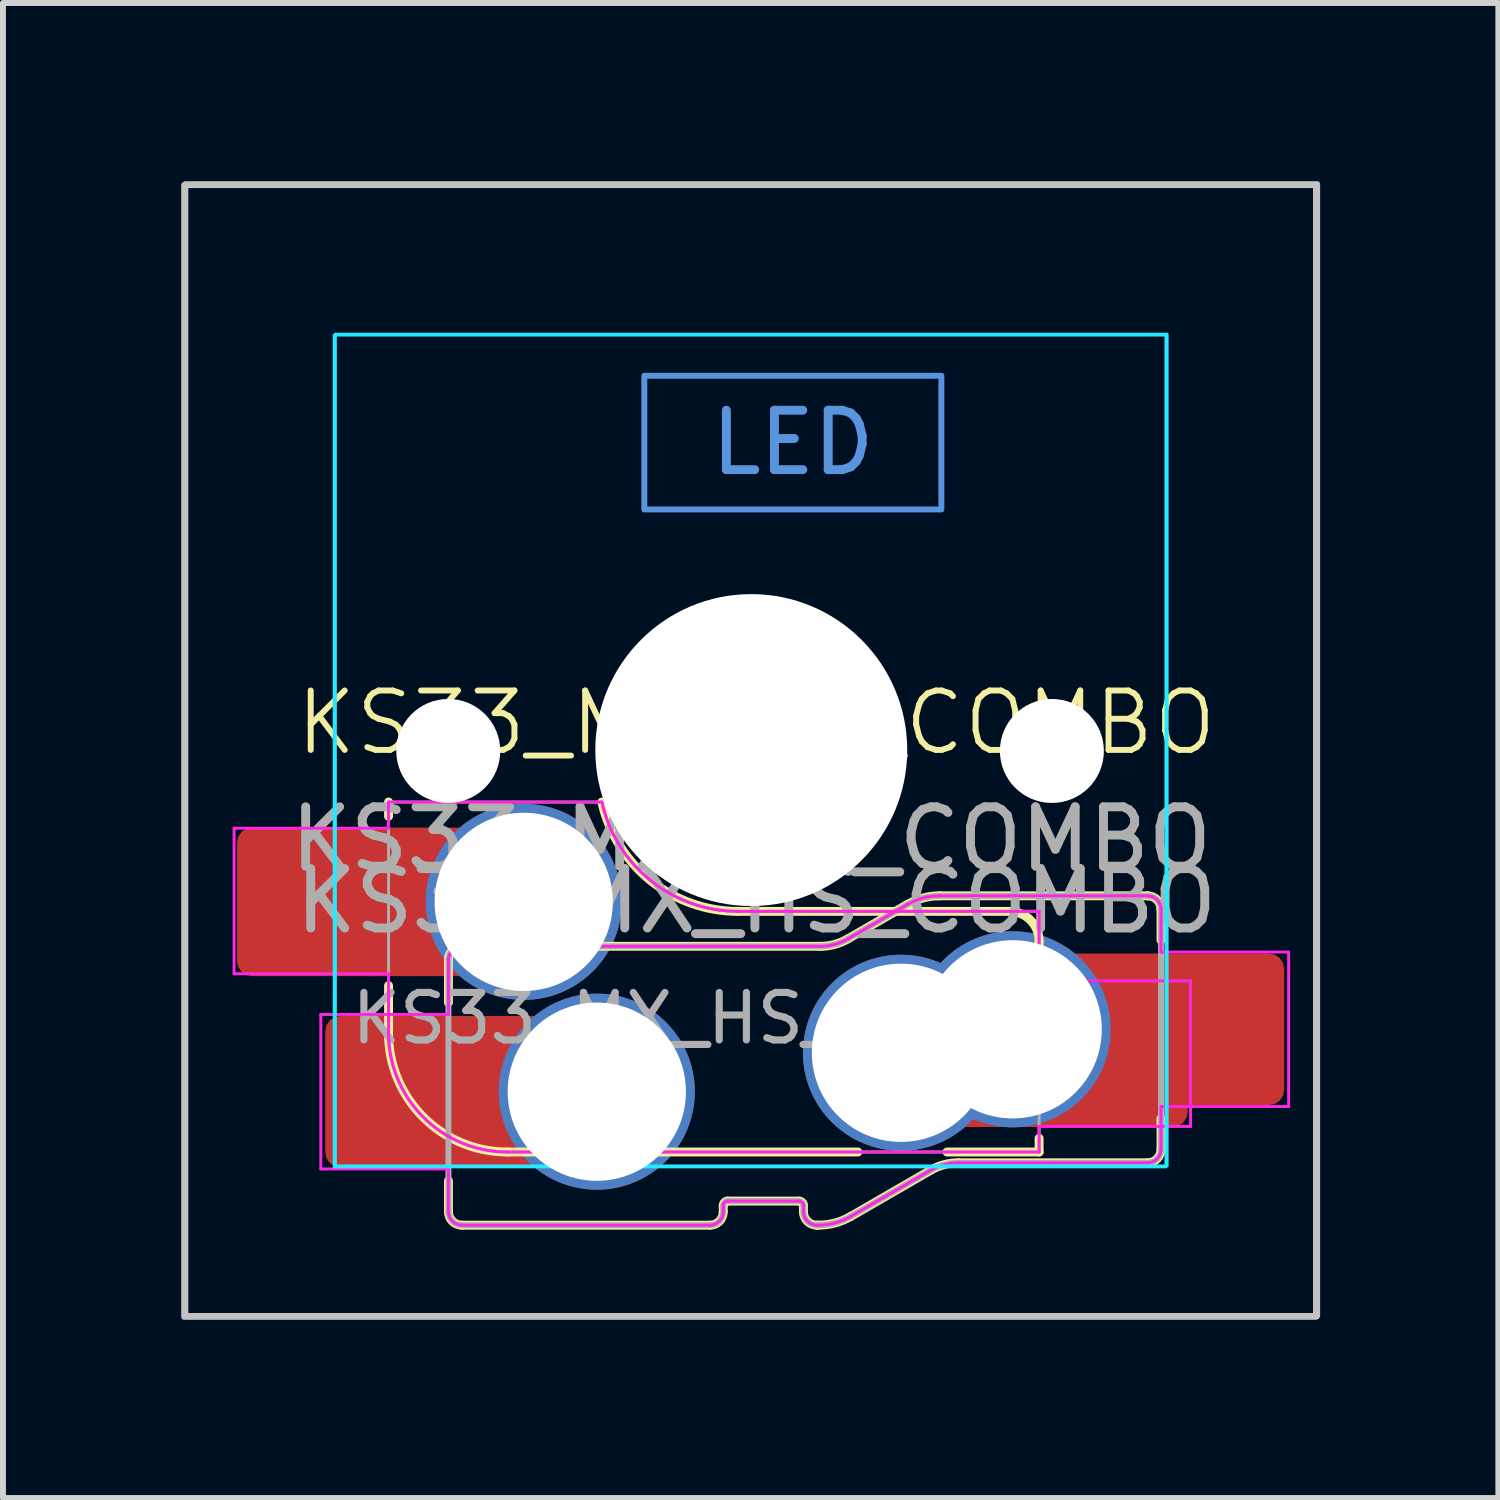
<source format=kicad_pcb>
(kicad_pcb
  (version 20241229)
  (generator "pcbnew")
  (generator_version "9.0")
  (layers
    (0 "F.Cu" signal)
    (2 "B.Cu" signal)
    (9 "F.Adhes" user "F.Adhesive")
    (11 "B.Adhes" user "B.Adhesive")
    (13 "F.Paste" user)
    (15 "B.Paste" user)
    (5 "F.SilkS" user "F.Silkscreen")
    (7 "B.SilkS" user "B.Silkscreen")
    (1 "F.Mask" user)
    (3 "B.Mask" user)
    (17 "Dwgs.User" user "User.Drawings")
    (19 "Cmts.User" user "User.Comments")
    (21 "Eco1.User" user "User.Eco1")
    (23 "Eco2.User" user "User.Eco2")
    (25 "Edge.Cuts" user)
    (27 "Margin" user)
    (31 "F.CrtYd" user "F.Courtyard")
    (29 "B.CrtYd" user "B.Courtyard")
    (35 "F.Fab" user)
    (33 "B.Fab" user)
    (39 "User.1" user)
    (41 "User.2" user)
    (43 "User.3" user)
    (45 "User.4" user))
  (footprint "KS33_MX_HS_COMBO"
    (layer "F.Cu")
    (at 9.68 9.615)
    (property "Reference" "KS33_MX_HS_COMBO" (at 0 -0.5 0) (unlocked yes) (layer "F.SilkS") (effects (font (size 1 1) (thickness 0.1))))
    (attr smd)
    (fp_line (start -6.19 1.075) (end -6.19 0.835) (stroke (width 0.15) (type solid)) (layer "F.SilkS"))
    (fp_line (start -6.19 3.925) (end -6.19 4.725) (stroke (width 0.15) (type solid)) (layer "F.SilkS"))
    (fp_line (start -5.182 3.488) (end -5.182 4.21) (stroke (width 0.15) (type solid)) (layer "F.SilkS"))
    (fp_line (start -5.182 7.732) (end -5.182 7.21) (stroke (width 0.15) (type solid)) (layer "F.SilkS"))
    (fp_line (start -4.957 3.263) (end 1.076 3.263) (stroke (width 0.15) (type solid)) (layer "F.SilkS"))
    (fp_line (start -4.19 6.725) (end 1.71 6.725) (stroke (width 0.15) (type solid)) (layer "F.SilkS"))
    (fp_line (start -0.782 7.957) (end -4.957 7.957) (stroke (width 0.15) (type solid)) (layer "F.SilkS"))
    (fp_line (start -0.557 7.626) (end -0.557 7.732) (stroke (width 0.15) (type solid)) (layer "F.SilkS"))
    (fp_line (start 0.718 7.551) (end -0.482 7.551) (stroke (width 0.15) (type solid)) (layer "F.SilkS"))
    (fp_line (start 0.793 7.732) (end 0.793 7.626) (stroke (width 0.15) (type solid)) (layer "F.SilkS"))
    (fp_line (start 1.046 7.957) (end 1.018 7.957) (stroke (width 0.15) (type solid)) (layer "F.SilkS"))
    (fp_line (start 1.538 3.14) (end 2.546 2.557) (stroke (width 0.15) (type solid)) (layer "F.SilkS"))
    (fp_line (start 2.938 7.03) (end 1.584 7.813) (stroke (width 0.15) (type solid)) (layer "F.SilkS"))
    (fp_line (start 3.084 2.413) (end 6.587 2.413) (stroke (width 0.15) (type solid)) (layer "F.SilkS"))
    (fp_line (start 3.21 6.725) (end 4.76 6.725) (stroke (width 0.15) (type solid)) (layer "F.SilkS"))
    (fp_line (start 4.26 2.675) (end -0.305 2.675) (stroke (width 0.15) (type solid)) (layer "F.SilkS"))
    (fp_line (start 4.76 3.645) (end 4.76 3.175) (stroke (width 0.15) (type solid)) (layer "F.SilkS"))
    (fp_line (start 4.76 6.725) (end 4.76 6.495) (stroke (width 0.15) (type solid)) (layer "F.SilkS"))
    (fp_line (start 6.587 6.907) (end 3.401 6.907) (stroke (width 0.15) (type solid)) (layer "F.SilkS"))
    (fp_line (start 6.812 2.638) (end 6.812 3.16) (stroke (width 0.15) (type solid)) (layer "F.SilkS"))
    (fp_line (start 6.812 6.682) (end 6.812 6.16) (stroke (width 0.15) (type solid)) (layer "F.SilkS"))
    (fp_arc (start -5.181509 3.488462) (mid -5.115605 3.329395) (end -4.956538 3.263491) (stroke (width 0.15) (type solid)) (layer "F.SilkS"))
    (fp_arc (start -4.956547 7.956509) (mid -5.115609 7.890602) (end -5.181509 7.731538) (stroke (width 0.15) (type solid)) (layer "F.SilkS"))
    (fp_arc (start -4.190176 6.72522) (mid -5.604412 6.139443) (end -6.190176 4.72522) (stroke (width 0.15) (type solid)) (layer "F.SilkS"))
    (fp_arc (start -0.556517 7.626366) (mid -0.534539 7.573349) (end -0.481517 7.551366) (stroke (width 0.15) (type solid)) (layer "F.SilkS"))
    (fp_arc (start -0.556517 7.732359) (mid -0.622407 7.891481) (end -0.781525 7.957359) (stroke (width 0.15) (type solid)) (layer "F.SilkS"))
    (fp_arc (start -0.305 2.67522) (mid -1.775695 2.158638) (end -2.599322 0.83522) (stroke (width 0.15) (type solid)) (layer "F.SilkS"))
    (fp_arc (start 0.718483 7.551366) (mid 0.771504 7.573331) (end 0.793483 7.626366) (stroke (width 0.15) (type solid)) (layer "F.SilkS"))
    (fp_arc (start 1.018483 7.956509) (mid 0.859392 7.890603) (end 0.793483 7.731509) (stroke (width 0.15) (type solid)) (layer "F.SilkS"))
    (fp_arc (start 1.538227 3.139574) (mid 1.315153 3.231984) (end 1.075763 3.263491) (stroke (width 0.15) (type solid)) (layer "F.SilkS"))
    (fp_arc (start 1.58358 7.812507) (mid 1.324349 7.919892) (end 1.046159 7.956509) (stroke (width 0.15) (type solid)) (layer "F.SilkS"))
    (fp_arc (start 2.54642 2.557493) (mid 2.805649 2.450103) (end 3.083841 2.413491) (stroke (width 0.15) (type solid)) (layer "F.SilkS"))
    (fp_arc (start 2.938183 7.030426) (mid 3.161259 6.938033) (end 3.400647 6.906509) (stroke (width 0.15) (type solid)) (layer "F.SilkS"))
    (fp_arc (start 4.259824 2.67522) (mid 4.613355 2.821676) (end 4.759824 3.17522) (stroke (width 0.15) (type solid)) (layer "F.SilkS"))
    (fp_arc (start 6.586525 2.413491) (mid 6.745601 2.47939) (end 6.811509 2.638462) (stroke (width 0.15) (type solid)) (layer "F.SilkS"))
    (fp_arc (start 6.811509 6.681538) (mid 6.745605 6.840605) (end 6.586538 6.906509) (stroke (width 0.15) (type solid)) (layer "F.SilkS"))
    (fp_rect (start -9.63 -9.55) (end 9.42 9.5) (stroke (width 0.1) (type default)) (fill no) (layer "Dwgs.User"))
    (fp_rect (start -9.61 -9.565) (end 9.44 9.485) (stroke (width 0.1) (type default)) (fill no) (layer "Dwgs.User"))
    (fp_rect (start 3.115 -6.34) (end -1.885 -4.09) (stroke (width 0.1) (type default)) (fill no) (layer "Cmts.User"))
    (fp_line (start -7.105 -6.525) (end -7.105 6.475) (stroke (width 0.05) (type solid)) (layer "Eco2.User"))
    (fp_line (start -7.085 6.46) (end -7.085 -6.54) (stroke (width 0.1) (type default)) (layer "Eco2.User"))
    (fp_line (start -6.605 6.975) (end 6.395 6.975) (stroke (width 0.05) (type solid)) (layer "Eco2.User"))
    (fp_line (start -6.585 -7.04) (end 6.415 -7.04) (stroke (width 0.1) (type default)) (layer "Eco2.User"))
    (fp_line (start 6.395 -7.025) (end -6.605 -7.025) (stroke (width 0.05) (type solid)) (layer "Eco2.User"))
    (fp_line (start 6.415 6.96) (end -6.585 6.96) (stroke (width 0.1) (type default)) (layer "Eco2.User"))
    (fp_line (start 6.895 6.475) (end 6.895 -6.525) (stroke (width 0.05) (type solid)) (layer "Eco2.User"))
    (fp_line (start 6.915 -6.54) (end 6.915 6.46) (stroke (width 0.1) (type default)) (layer "Eco2.User"))
    (fp_arc (start -7.105 -6.525) (mid -6.958553 -6.878553) (end -6.605 -7.025) (stroke (width 0.05) (type solid)) (layer "Eco2.User"))
    (fp_arc (start -7.085 -6.54) (mid -6.938553 -6.893553) (end -6.585 -7.04) (stroke (width 0.1) (type default)) (layer "Eco2.User"))
    (fp_arc (start -6.605 6.975) (mid -6.958553 6.828553) (end -7.105 6.475) (stroke (width 0.05) (type solid)) (layer "Eco2.User"))
    (fp_arc (start -6.585 6.96) (mid -6.938553 6.813553) (end -7.085 6.46) (stroke (width 0.1) (type default)) (layer "Eco2.User"))
    (fp_arc (start 6.392236 -7.023884) (mid 6.745787 -6.877436) (end 6.892236 -6.523884) (stroke (width 0.05) (type solid)) (layer "Eco2.User"))
    (fp_arc (start 6.415 -7.04) (mid 6.768553 -6.893553) (end 6.915 -6.54) (stroke (width 0.1) (type default)) (layer "Eco2.User"))
    (fp_arc (start 6.895 6.475) (mid 6.748553 6.828553) (end 6.395 6.975) (stroke (width 0.05) (type solid)) (layer "Eco2.User"))
    (fp_arc (start 6.915 6.46) (mid 6.768553 6.813553) (end 6.415 6.96) (stroke (width 0.1) (type default)) (layer "Eco2.User"))
    (fp_rect (start -7.105 -7.025) (end 6.895 6.975) (stroke (width 0.05) (type default)) (fill no) (layer "B.CrtYd"))
    (fp_rect (start -7.085 -7.04) (end 6.915 6.96) (stroke (width 0.05) (type default)) (fill no) (layer "B.CrtYd"))
    (fp_line (start -8.79 1.275) (end -6.19 1.275) (stroke (width 0.05) (type solid)) (layer "F.CrtYd"))
    (fp_line (start -8.79 3.725) (end -8.79 1.275) (stroke (width 0.05) (type solid)) (layer "F.CrtYd"))
    (fp_line (start -7.33 4.41) (end -5.182 4.41) (stroke (width 0.05) (type solid)) (layer "F.CrtYd"))
    (fp_line (start -7.33 7.01) (end -7.33 4.41) (stroke (width 0.05) (type solid)) (layer "F.CrtYd"))
    (fp_line (start -6.19 0.835) (end -2.599 0.835) (stroke (width 0.05) (type solid)) (layer "F.CrtYd"))
    (fp_line (start -6.19 1.275) (end -6.19 0.835) (stroke (width 0.05) (type solid)) (layer "F.CrtYd"))
    (fp_line (start -6.19 3.725) (end -8.79 3.725) (stroke (width 0.05) (type solid)) (layer "F.CrtYd"))
    (fp_line (start -6.19 3.725) (end -6.19 4.725) (stroke (width 0.05) (type solid)) (layer "F.CrtYd"))
    (fp_line (start -5.182 4.41) (end -5.182 3.488) (stroke (width 0.05) (type default)) (layer "F.CrtYd"))
    (fp_line (start -5.182 7.01) (end -7.33 7.01) (stroke (width 0.05) (type solid)) (layer "F.CrtYd"))
    (fp_line (start -5.182 7.732) (end -5.182 7.01) (stroke (width 0.05) (type solid)) (layer "F.CrtYd"))
    (fp_line (start -4.957 3.263) (end 1.076 3.263) (stroke (width 0.05) (type solid)) (layer "F.CrtYd"))
    (fp_line (start -4.19 6.725) (end 4.76 6.725) (stroke (width 0.05) (type solid)) (layer "F.CrtYd"))
    (fp_line (start -0.782 7.957) (end -4.957 7.957) (stroke (width 0.05) (type solid)) (layer "F.CrtYd"))
    (fp_line (start -0.557 7.626) (end -0.557 7.732) (stroke (width 0.05) (type solid)) (layer "F.CrtYd"))
    (fp_line (start 0.718 7.551) (end -0.482 7.551) (stroke (width 0.05) (type solid)) (layer "F.CrtYd"))
    (fp_line (start 0.793 7.732) (end 0.793 7.626) (stroke (width 0.05) (type solid)) (layer "F.CrtYd"))
    (fp_line (start 1.046 7.957) (end 1.018 7.957) (stroke (width 0.05) (type solid)) (layer "F.CrtYd"))
    (fp_line (start 1.538 3.14) (end 2.546 2.557) (stroke (width 0.05) (type solid)) (layer "F.CrtYd"))
    (fp_line (start 2.938 7.03) (end 1.584 7.813) (stroke (width 0.05) (type solid)) (layer "F.CrtYd"))
    (fp_line (start 3.084 2.413) (end 6.587 2.413) (stroke (width 0.05) (type solid)) (layer "F.CrtYd"))
    (fp_line (start 4.76 2.675) (end -0.305 2.675) (stroke (width 0.05) (type solid)) (layer "F.CrtYd"))
    (fp_line (start 4.76 3.845) (end 4.76 2.675) (stroke (width 0.05) (type solid)) (layer "F.CrtYd"))
    (fp_line (start 4.76 3.845) (end 7.31 3.845) (stroke (width 0.05) (type solid)) (layer "F.CrtYd"))
    (fp_line (start 4.76 6.725) (end 4.76 6.295) (stroke (width 0.05) (type solid)) (layer "F.CrtYd"))
    (fp_line (start 6.587 6.907) (end 3.401 6.907) (stroke (width 0.05) (type solid)) (layer "F.CrtYd"))
    (fp_line (start 6.812 2.638) (end 6.812 3.36) (stroke (width 0.05) (type default)) (layer "F.CrtYd"))
    (fp_line (start 6.812 3.36) (end 8.96 3.36) (stroke (width 0.05) (type solid)) (layer "F.CrtYd"))
    (fp_line (start 6.812 6.682) (end 6.812 5.96) (stroke (width 0.05) (type default)) (layer "F.CrtYd"))
    (fp_line (start 7.31 3.845) (end 7.31 6.295) (stroke (width 0.05) (type solid)) (layer "F.CrtYd"))
    (fp_line (start 7.31 6.295) (end 4.76 6.295) (stroke (width 0.05) (type solid)) (layer "F.CrtYd"))
    (fp_line (start 8.96 3.36) (end 8.96 5.96) (stroke (width 0.05) (type solid)) (layer "F.CrtYd"))
    (fp_line (start 8.96 5.96) (end 6.812 5.96) (stroke (width 0.05) (type solid)) (layer "F.CrtYd"))
    (fp_arc (start -5.181509 3.488462) (mid -5.115605 3.329395) (end -4.956538 3.263491) (stroke (width 0.05) (type solid)) (layer "F.CrtYd"))
    (fp_arc (start -4.956547 7.956509) (mid -5.115609 7.890602) (end -5.181509 7.731538) (stroke (width 0.05) (type solid)) (layer "F.CrtYd"))
    (fp_arc (start -4.190176 6.72522) (mid -5.604412 6.139443) (end -6.190176 4.72522) (stroke (width 0.05) (type solid)) (layer "F.CrtYd"))
    (fp_arc (start -0.556517 7.626366) (mid -0.534539 7.573349) (end -0.481517 7.551366) (stroke (width 0.05) (type solid)) (layer "F.CrtYd"))
    (fp_arc (start -0.556517 7.732359) (mid -0.622407 7.891481) (end -0.781525 7.957359) (stroke (width 0.05) (type solid)) (layer "F.CrtYd"))
    (fp_arc (start -0.305 2.67522) (mid -1.775505 2.1584) (end -2.599322 0.83522) (stroke (width 0.05) (type solid)) (layer "F.CrtYd"))
    (fp_arc (start 0.718483 7.551366) (mid 0.771504 7.573331) (end 0.793483 7.626366) (stroke (width 0.05) (type solid)) (layer "F.CrtYd"))
    (fp_arc (start 1.018483 7.956509) (mid 0.859392 7.890603) (end 0.793483 7.731509) (stroke (width 0.05) (type solid)) (layer "F.CrtYd"))
    (fp_arc (start 1.538227 3.139574) (mid 1.315153 3.231984) (end 1.075763 3.263491) (stroke (width 0.05) (type solid)) (layer "F.CrtYd"))
    (fp_arc (start 1.58358 7.812507) (mid 1.324349 7.919892) (end 1.046159 7.956509) (stroke (width 0.05) (type solid)) (layer "F.CrtYd"))
    (fp_arc (start 2.54642 2.557493) (mid 2.805649 2.450103) (end 3.083841 2.413491) (stroke (width 0.05) (type solid)) (layer "F.CrtYd"))
    (fp_arc (start 2.938183 7.030426) (mid 3.161259 6.938033) (end 3.400647 6.906509) (stroke (width 0.05) (type solid)) (layer "F.CrtYd"))
    (fp_arc (start 6.586525 2.413491) (mid 6.745601 2.47939) (end 6.811509 2.638462) (stroke (width 0.05) (type solid)) (layer "F.CrtYd"))
    (fp_arc (start 6.811509 6.681538) (mid 6.745605 6.840605) (end 6.586538 6.906509) (stroke (width 0.05) (type solid)) (layer "F.CrtYd"))
    (fp_line (start -6.19 0.835) (end -6.19 4.725) (stroke (width 0.05) (type solid)) (layer "F.Fab"))
    (fp_line (start -6.19 0.835) (end -2.599 0.835) (stroke (width 0.05) (type solid)) (layer "F.Fab"))
    (fp_line (start -5.182 7.732) (end -5.182 3.488) (stroke (width 0.1) (type solid)) (layer "F.Fab"))
    (fp_line (start -4.957 3.263) (end 1.076 3.263) (stroke (width 0.1) (type solid)) (layer "F.Fab"))
    (fp_line (start -4.19 6.725) (end 4.76 6.725) (stroke (width 0.05) (type solid)) (layer "F.Fab"))
    (fp_line (start -0.782 7.957) (end -4.957 7.957) (stroke (width 0.1) (type solid)) (layer "F.Fab"))
    (fp_line (start -0.557 7.626) (end -0.557 7.732) (stroke (width 0.1) (type solid)) (layer "F.Fab"))
    (fp_line (start 0.718 7.551) (end -0.482 7.551) (stroke (width 0.1) (type solid)) (layer "F.Fab"))
    (fp_line (start 0.793 7.732) (end 0.793 7.626) (stroke (width 0.1) (type solid)) (layer "F.Fab"))
    (fp_line (start 1.046 7.957) (end 1.018 7.957) (stroke (width 0.1) (type solid)) (layer "F.Fab"))
    (fp_line (start 1.538 3.14) (end 2.546 2.557) (stroke (width 0.1) (type solid)) (layer "F.Fab"))
    (fp_line (start 2.938 7.03) (end 1.584 7.813) (stroke (width 0.1) (type solid)) (layer "F.Fab"))
    (fp_line (start 3.084 2.413) (end 6.587 2.413) (stroke (width 0.1) (type solid)) (layer "F.Fab"))
    (fp_line (start 4.76 2.675) (end -0.305 2.675) (stroke (width 0.05) (type solid)) (layer "F.Fab"))
    (fp_line (start 4.76 6.725) (end 4.76 2.675) (stroke (width 0.05) (type solid)) (layer "F.Fab"))
    (fp_line (start 6.587 6.907) (end 3.401 6.907) (stroke (width 0.1) (type solid)) (layer "F.Fab"))
    (fp_line (start 6.812 2.638) (end 6.812 6.682) (stroke (width 0.1) (type solid)) (layer "F.Fab"))
    (fp_arc (start -5.181509 3.488462) (mid -5.115605 3.329395) (end -4.956538 3.263491) (stroke (width 0.1) (type solid)) (layer "F.Fab"))
    (fp_arc (start -4.956547 7.956509) (mid -5.115609 7.890602) (end -5.181509 7.731538) (stroke (width 0.1) (type solid)) (layer "F.Fab"))
    (fp_arc (start -4.190176 6.72522) (mid -5.604412 6.139443) (end -6.190176 4.72522) (stroke (width 0.05) (type solid)) (layer "F.Fab"))
    (fp_arc (start -0.556517 7.626366) (mid -0.534539 7.573349) (end -0.481517 7.551366) (stroke (width 0.1) (type solid)) (layer "F.Fab"))
    (fp_arc (start -0.556517 7.732359) (mid -0.622407 7.891481) (end -0.781525 7.957359) (stroke (width 0.1) (type solid)) (layer "F.Fab"))
    (fp_arc (start -0.305 2.67522) (mid -1.775505 2.1584) (end -2.599322 0.83522) (stroke (width 0.05) (type solid)) (layer "F.Fab"))
    (fp_arc (start 0.718483 7.551366) (mid 0.771504 7.573331) (end 0.793483 7.626366) (stroke (width 0.1) (type solid)) (layer "F.Fab"))
    (fp_arc (start 1.018483 7.956509) (mid 0.859392 7.890603) (end 0.793483 7.731509) (stroke (width 0.1) (type solid)) (layer "F.Fab"))
    (fp_arc (start 1.538227 3.139574) (mid 1.315153 3.231984) (end 1.075763 3.263491) (stroke (width 0.1) (type solid)) (layer "F.Fab"))
    (fp_arc (start 1.58358 7.812507) (mid 1.324349 7.919892) (end 1.046159 7.956509) (stroke (width 0.1) (type solid)) (layer "F.Fab"))
    (fp_arc (start 2.54642 2.557493) (mid 2.805649 2.450103) (end 3.083841 2.413491) (stroke (width 0.1) (type solid)) (layer "F.Fab"))
    (fp_arc (start 2.938183 7.030426) (mid 3.161259 6.938033) (end 3.400647 6.906509) (stroke (width 0.1) (type solid)) (layer "F.Fab"))
    (fp_arc (start 6.586525 2.413491) (mid 6.745601 2.47939) (end 6.811509 2.638462) (stroke (width 0.1) (type solid)) (layer "F.Fab"))
    (fp_arc (start 6.811509 6.681538) (mid 6.745605 6.840605) (end 6.586538 6.906509) (stroke (width 0.1) (type solid)) (layer "F.Fab"))
    (fp_text user "LED" (at 0.615 -5.215 0) (unlocked yes) (layer "Cmts.User") (effects (font (size 1 1) (thickness 0.15))))
    (fp_text user "${REFERENCE}" (at -0.085 1.46 0) (layer "F.Fab") (effects (font (size 1 1) (thickness 0.15))))
    (fp_text user "${REFERENCE}" (at 0 2.5 0) (unlocked yes) (layer "F.Fab") (effects (font (size 1 1) (thickness 0.15))))
    (fp_text user "${REFERENCE}" (at -0.605 4.475 180) (layer "F.Fab") (effects (font (size 0.8 0.8) (thickness 0.12))))
    (pad "" np_thru_hole circle (at -5.185 -0.025 180) (size 1.75 1.75) (drill 1.75) (layers "*.Cu" "*.Mask"))
    (pad "" np_thru_hole circle (at -0.105 -0.025 180) (size 3.988 3.988) (drill 3.988) (layers "*.Cu" "*.Mask"))
    (pad "" np_thru_hole circle (at -0.085 -0.04 180) (size 5.25 5.25) (drill 5.25) (layers "*.Cu" "*.Mask"))
    (pad "" np_thru_hole circle (at 4.975 -0.025 180) (size 1.75 1.75) (drill 1.75) (layers "*.Cu" "*.Mask"))
    (pad "1" smd roundrect (at -7.465 2.515 180) (size 2.55 2.5) (layers "F.Cu" "F.Mask" "F.Paste") (roundrect_rratio 0.1))
    (pad "1" smd rect (at -5.74 2.515) (size 1.65 2.5) (layers "F.Cu"))
    (pad "1" thru_hole circle (at -3.915 2.515 180) (size 3.3 3.3) (drill 3) (layers "*.Cu" "*.Mask"))
    (pad "1" thru_hole circle (at 4.315 4.66) (size 3.3 3.3) (drill 3) (layers "*.Cu" "F.Mask"))
    (pad "1" smd rect (at 5.865 4.66) (size 1.2 2.55) (layers "F.Cu"))
    (pad "1" smd roundrect (at 7.56 4.66) (size 2.65 2.55) (layers "F.Cu" "F.Mask" "F.Paste") (roundrect_rratio 0.1))
    (pad "2" smd roundrect (at -5.93 5.71) (size 2.65 2.55) (layers "F.Cu" "F.Mask" "F.Paste") (roundrect_rratio 0.1))
    (pad "2" smd rect (at -4.235 5.71 180) (size 1.2 2.55) (layers "F.Cu"))
    (pad "2" thru_hole circle (at -2.685 5.71) (size 3.3 3.3) (drill 3) (layers "*.Cu" "F.Mask"))
    (pad "2" thru_hole circle (at 2.435 5.055 180) (size 3.3 3.3) (drill 3) (layers "*.Cu" "*.Mask"))
    (pad "2" smd rect (at 4.235 5.055 180) (size 1.65 2.5) (layers "F.Cu"))
    (pad "2" smd roundrect (at 5.985 5.055 180) (size 2.55 2.5) (layers "F.Cu" "F.Mask" "F.Paste") (roundrect_rratio 0.1)))
  (gr_rect
    (start -3 -3)
    (end 22.17 22.165)
    (stroke (width 0.1) (type default))
    (fill no)
    (layer "Edge.Cuts")))
</source>
